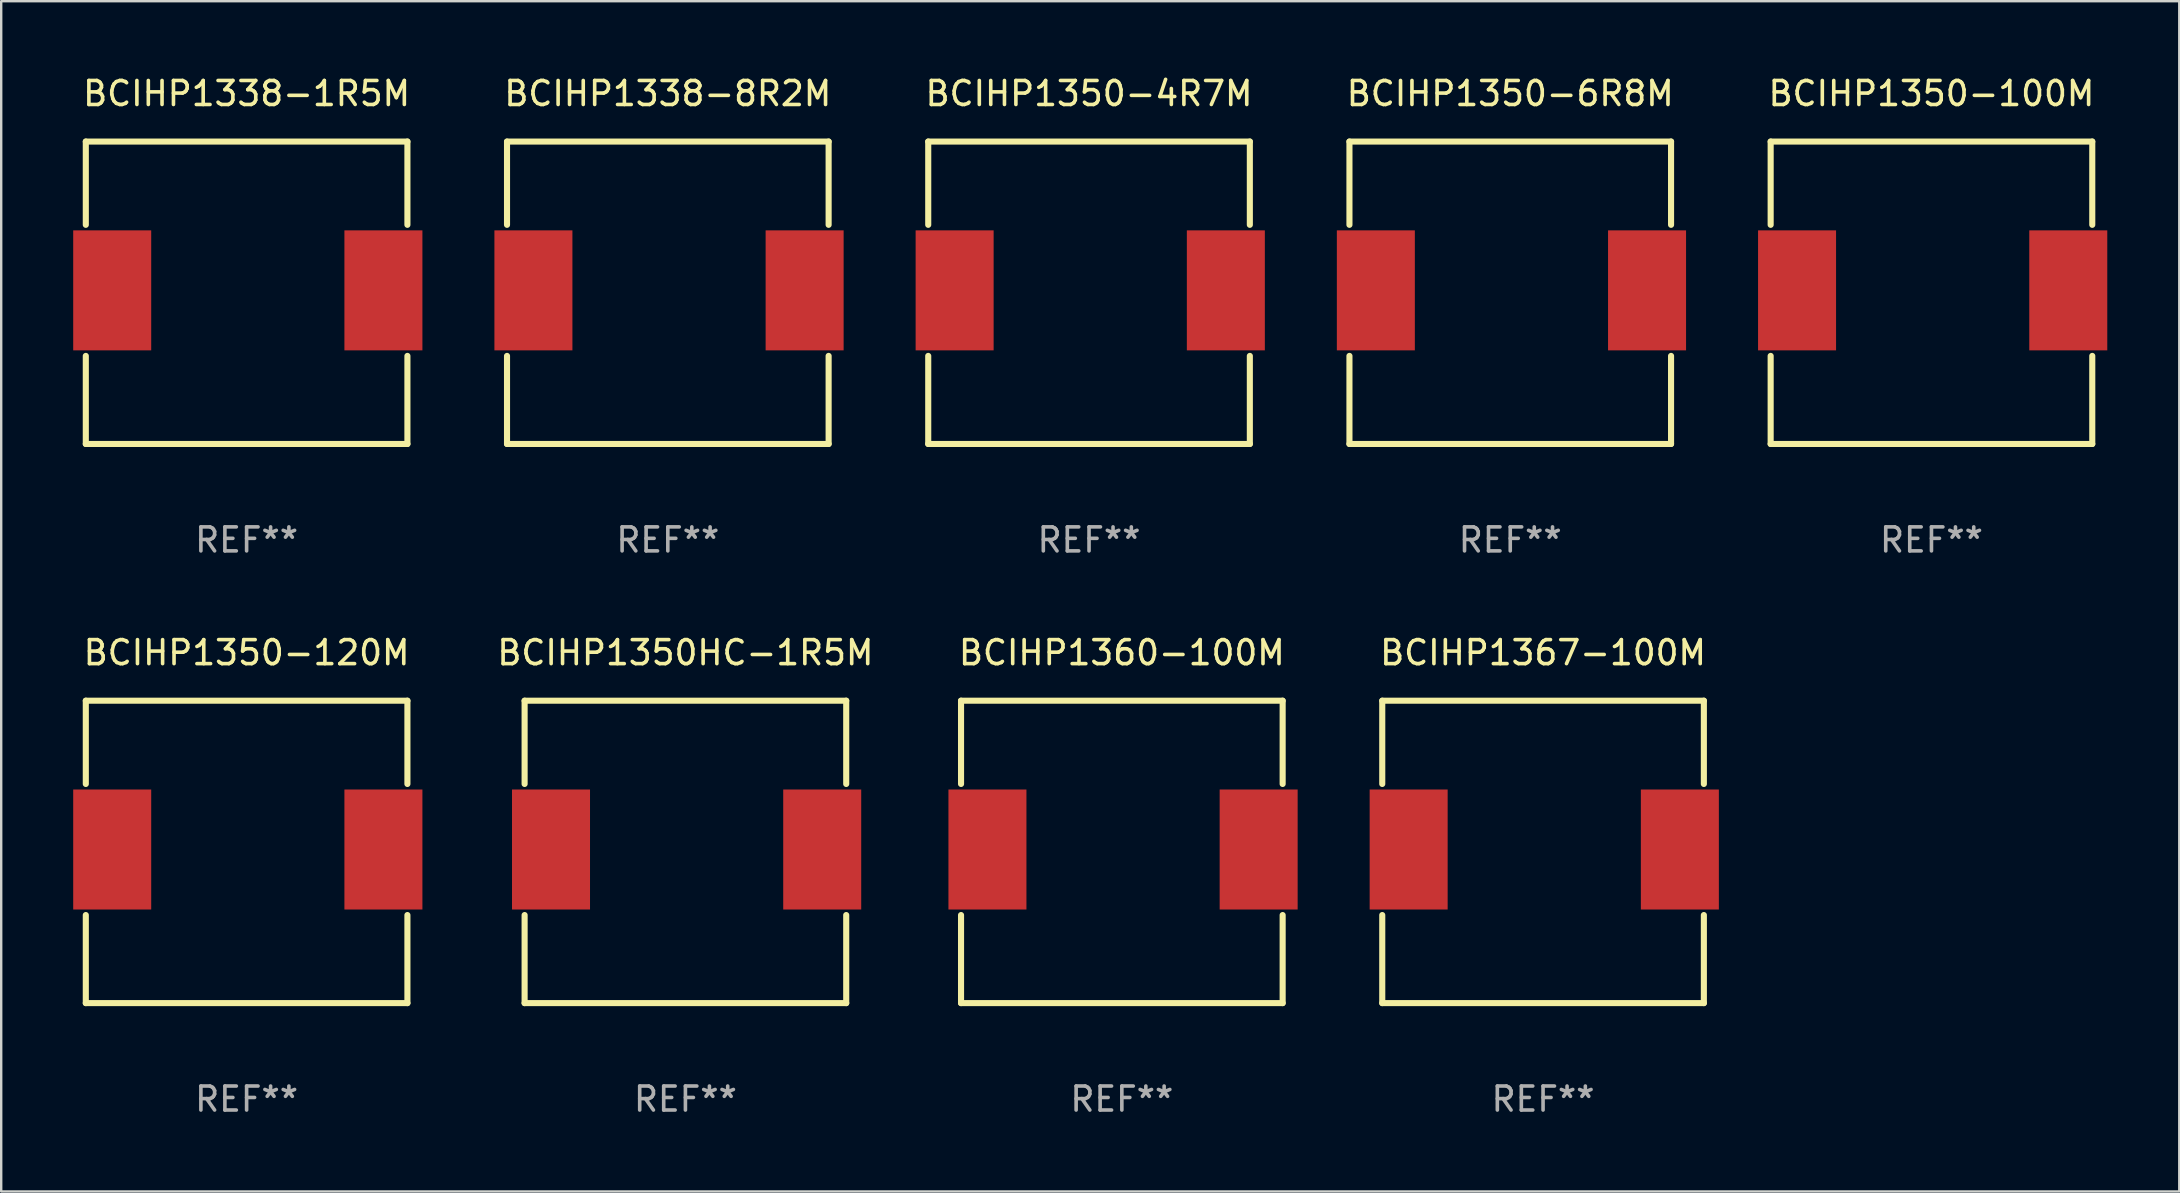
<source format=kicad_pcb>
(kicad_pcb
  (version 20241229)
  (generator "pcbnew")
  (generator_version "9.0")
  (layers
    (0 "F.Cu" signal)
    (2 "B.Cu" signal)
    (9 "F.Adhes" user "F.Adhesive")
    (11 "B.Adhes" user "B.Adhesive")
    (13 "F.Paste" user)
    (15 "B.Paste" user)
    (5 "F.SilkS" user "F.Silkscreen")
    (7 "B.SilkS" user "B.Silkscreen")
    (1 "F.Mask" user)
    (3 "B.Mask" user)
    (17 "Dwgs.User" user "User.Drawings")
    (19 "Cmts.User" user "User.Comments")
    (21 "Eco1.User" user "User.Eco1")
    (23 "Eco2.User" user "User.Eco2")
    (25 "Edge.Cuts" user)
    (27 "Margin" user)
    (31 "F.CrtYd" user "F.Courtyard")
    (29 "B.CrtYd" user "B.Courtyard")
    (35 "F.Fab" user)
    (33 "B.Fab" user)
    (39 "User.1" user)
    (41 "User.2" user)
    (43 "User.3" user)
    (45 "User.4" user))
  (footprint "BCIHP1350-6R8M"
    (layer "F.Cu")
    (at 59.875 9.148)
    (property "Reference" "BCIHP1350-6R8M" (at 0 -8.3 0) (layer "F.SilkS") (effects (font (size 1 1) (thickness 0.15))))
    (attr through_hole)
    (fp_line (start -6.7 -6.3) (end 6.7 -6.3) (stroke (width 0.254) (type solid)) (layer "F.SilkS"))
    (fp_line (start -6.7 -2.831) (end -6.7 -6.3) (stroke (width 0.254) (type solid)) (layer "F.SilkS"))
    (fp_line (start -6.7 6.3) (end -6.7 2.631) (stroke (width 0.254) (type solid)) (layer "F.SilkS"))
    (fp_line (start -6.7 6.3) (end 6.7 6.3) (stroke (width 0.254) (type solid)) (layer "F.SilkS"))
    (fp_line (start 6.7 -6.3) (end 6.7 -2.831) (stroke (width 0.254) (type solid)) (layer "F.SilkS"))
    (fp_line (start 6.7 2.631) (end 6.7 6.3) (stroke (width 0.254) (type solid)) (layer "F.SilkS"))
    (fp_circle (center -6.65 6.2) (end -6.62 6.2) (stroke (width 0.06) (type solid)) (fill no) (layer "F.SilkS"))
    (fp_text user "REF**" (at 0 10.3 0) (layer "F.Fab") (effects (font (size 1 1) (thickness 0.15))))
    (pad "1" smd rect (at -5.6 -0.1 90) (size 5 3.25) (layers "F.Cu" "F.Mask" "F.Paste"))
    (pad "2" smd rect (at 5.7 -0.1 90) (size 5 3.25) (layers "F.Cu" "F.Mask" "F.Paste")))
  (footprint "BCIHP1360-100M"
    (layer "F.Cu")
    (at 43.692 32.445)
    (property "Reference" "BCIHP1360-100M" (at 0 -8.3 0) (layer "F.SilkS") (effects (font (size 1 1) (thickness 0.15))))
    (attr through_hole)
    (fp_line (start -6.7 -6.3) (end 6.7 -6.3) (stroke (width 0.254) (type solid)) (layer "F.SilkS"))
    (fp_line (start -6.7 -2.831) (end -6.7 -6.3) (stroke (width 0.254) (type solid)) (layer "F.SilkS"))
    (fp_line (start -6.7 6.3) (end -6.7 2.631) (stroke (width 0.254) (type solid)) (layer "F.SilkS"))
    (fp_line (start -6.7 6.3) (end 6.7 6.3) (stroke (width 0.254) (type solid)) (layer "F.SilkS"))
    (fp_line (start 6.7 -6.3) (end 6.7 -2.831) (stroke (width 0.254) (type solid)) (layer "F.SilkS"))
    (fp_line (start 6.7 2.631) (end 6.7 6.3) (stroke (width 0.254) (type solid)) (layer "F.SilkS"))
    (fp_circle (center -6.65 6.2) (end -6.62 6.2) (stroke (width 0.06) (type solid)) (fill no) (layer "F.SilkS"))
    (fp_text user "REF**" (at 0 10.3 0) (layer "F.Fab") (effects (font (size 1 1) (thickness 0.15))))
    (pad "1" smd rect (at -5.6 -0.1 90) (size 5 3.25) (layers "F.Cu" "F.Mask" "F.Paste"))
    (pad "2" smd rect (at 5.7 -0.1 90) (size 5 3.25) (layers "F.Cu" "F.Mask" "F.Paste")))
  (footprint "BCIHP1350-4R7M"
    (layer "F.Cu")
    (at 42.325 9.148)
    (property "Reference" "BCIHP1350-4R7M" (at 0 -8.3 0) (layer "F.SilkS") (effects (font (size 1 1) (thickness 0.15))))
    (attr through_hole)
    (fp_line (start -6.7 -6.3) (end 6.7 -6.3) (stroke (width 0.254) (type solid)) (layer "F.SilkS"))
    (fp_line (start -6.7 -2.831) (end -6.7 -6.3) (stroke (width 0.254) (type solid)) (layer "F.SilkS"))
    (fp_line (start -6.7 6.3) (end -6.7 2.631) (stroke (width 0.254) (type solid)) (layer "F.SilkS"))
    (fp_line (start -6.7 6.3) (end 6.7 6.3) (stroke (width 0.254) (type solid)) (layer "F.SilkS"))
    (fp_line (start 6.7 -6.3) (end 6.7 -2.831) (stroke (width 0.254) (type solid)) (layer "F.SilkS"))
    (fp_line (start 6.7 2.631) (end 6.7 6.3) (stroke (width 0.254) (type solid)) (layer "F.SilkS"))
    (fp_circle (center -6.65 6.2) (end -6.62 6.2) (stroke (width 0.06) (type solid)) (fill no) (layer "F.SilkS"))
    (fp_text user "REF**" (at 0 10.3 0) (layer "F.Fab") (effects (font (size 1 1) (thickness 0.15))))
    (pad "1" smd rect (at -5.6 -0.1 90) (size 5 3.25) (layers "F.Cu" "F.Mask" "F.Paste"))
    (pad "2" smd rect (at 5.7 -0.1 90) (size 5 3.25) (layers "F.Cu" "F.Mask" "F.Paste")))
  (footprint "BCIHP1338-1R5M"
    (layer "F.Cu")
    (at 7.225 9.148)
    (property "Reference" "BCIHP1338-1R5M" (at 0 -8.3 0) (layer "F.SilkS") (effects (font (size 1 1) (thickness 0.15))))
    (attr through_hole)
    (fp_line (start -6.7 -6.3) (end 6.7 -6.3) (stroke (width 0.254) (type solid)) (layer "F.SilkS"))
    (fp_line (start -6.7 -2.831) (end -6.7 -6.3) (stroke (width 0.254) (type solid)) (layer "F.SilkS"))
    (fp_line (start -6.7 6.3) (end -6.7 2.631) (stroke (width 0.254) (type solid)) (layer "F.SilkS"))
    (fp_line (start -6.7 6.3) (end 6.7 6.3) (stroke (width 0.254) (type solid)) (layer "F.SilkS"))
    (fp_line (start 6.7 -6.3) (end 6.7 -2.831) (stroke (width 0.254) (type solid)) (layer "F.SilkS"))
    (fp_line (start 6.7 2.631) (end 6.7 6.3) (stroke (width 0.254) (type solid)) (layer "F.SilkS"))
    (fp_circle (center -6.65 6.2) (end -6.62 6.2) (stroke (width 0.06) (type solid)) (fill no) (layer "F.SilkS"))
    (fp_text user "REF**" (at 0 10.3 0) (layer "F.Fab") (effects (font (size 1 1) (thickness 0.15))))
    (pad "1" smd rect (at -5.6 -0.1 90) (size 5 3.25) (layers "F.Cu" "F.Mask" "F.Paste"))
    (pad "2" smd rect (at 5.7 -0.1 90) (size 5 3.25) (layers "F.Cu" "F.Mask" "F.Paste")))
  (footprint "BCIHP1350-100M"
    (layer "F.Cu")
    (at 77.425 9.148)
    (property "Reference" "BCIHP1350-100M" (at 0 -8.3 0) (layer "F.SilkS") (effects (font (size 1 1) (thickness 0.15))))
    (attr through_hole)
    (fp_line (start -6.7 -6.3) (end 6.7 -6.3) (stroke (width 0.254) (type solid)) (layer "F.SilkS"))
    (fp_line (start -6.7 -2.831) (end -6.7 -6.3) (stroke (width 0.254) (type solid)) (layer "F.SilkS"))
    (fp_line (start -6.7 6.3) (end -6.7 2.631) (stroke (width 0.254) (type solid)) (layer "F.SilkS"))
    (fp_line (start -6.7 6.3) (end 6.7 6.3) (stroke (width 0.254) (type solid)) (layer "F.SilkS"))
    (fp_line (start 6.7 -6.3) (end 6.7 -2.831) (stroke (width 0.254) (type solid)) (layer "F.SilkS"))
    (fp_line (start 6.7 2.631) (end 6.7 6.3) (stroke (width 0.254) (type solid)) (layer "F.SilkS"))
    (fp_circle (center -6.65 6.2) (end -6.62 6.2) (stroke (width 0.06) (type solid)) (fill no) (layer "F.SilkS"))
    (fp_text user "REF**" (at 0 10.3 0) (layer "F.Fab") (effects (font (size 1 1) (thickness 0.15))))
    (pad "1" smd rect (at -5.6 -0.1 90) (size 5 3.25) (layers "F.Cu" "F.Mask" "F.Paste"))
    (pad "2" smd rect (at 5.7 -0.1 90) (size 5 3.25) (layers "F.Cu" "F.Mask" "F.Paste")))
  (footprint "BCIHP1367-100M"
    (layer "F.Cu")
    (at 61.242 32.445)
    (property "Reference" "BCIHP1367-100M" (at 0 -8.3 0) (layer "F.SilkS") (effects (font (size 1 1) (thickness 0.15))))
    (attr through_hole)
    (fp_line (start -6.7 -6.3) (end 6.7 -6.3) (stroke (width 0.254) (type solid)) (layer "F.SilkS"))
    (fp_line (start -6.7 -2.831) (end -6.7 -6.3) (stroke (width 0.254) (type solid)) (layer "F.SilkS"))
    (fp_line (start -6.7 6.3) (end -6.7 2.631) (stroke (width 0.254) (type solid)) (layer "F.SilkS"))
    (fp_line (start -6.7 6.3) (end 6.7 6.3) (stroke (width 0.254) (type solid)) (layer "F.SilkS"))
    (fp_line (start 6.7 -6.3) (end 6.7 -2.831) (stroke (width 0.254) (type solid)) (layer "F.SilkS"))
    (fp_line (start 6.7 2.631) (end 6.7 6.3) (stroke (width 0.254) (type solid)) (layer "F.SilkS"))
    (fp_circle (center -6.65 6.2) (end -6.62 6.2) (stroke (width 0.06) (type solid)) (fill no) (layer "F.SilkS"))
    (fp_text user "REF**" (at 0 10.3 0) (layer "F.Fab") (effects (font (size 1 1) (thickness 0.15))))
    (pad "1" smd rect (at -5.6 -0.1 90) (size 5 3.25) (layers "F.Cu" "F.Mask" "F.Paste"))
    (pad "2" smd rect (at 5.7 -0.1 90) (size 5 3.25) (layers "F.Cu" "F.Mask" "F.Paste")))
  (footprint "BCIHP1338-8R2M"
    (layer "F.Cu")
    (at 24.775 9.148)
    (property "Reference" "BCIHP1338-8R2M" (at 0 -8.3 0) (layer "F.SilkS") (effects (font (size 1 1) (thickness 0.15))))
    (attr through_hole)
    (fp_line (start -6.7 -6.3) (end 6.7 -6.3) (stroke (width 0.254) (type solid)) (layer "F.SilkS"))
    (fp_line (start -6.7 -2.831) (end -6.7 -6.3) (stroke (width 0.254) (type solid)) (layer "F.SilkS"))
    (fp_line (start -6.7 6.3) (end -6.7 2.631) (stroke (width 0.254) (type solid)) (layer "F.SilkS"))
    (fp_line (start -6.7 6.3) (end 6.7 6.3) (stroke (width 0.254) (type solid)) (layer "F.SilkS"))
    (fp_line (start 6.7 -6.3) (end 6.7 -2.831) (stroke (width 0.254) (type solid)) (layer "F.SilkS"))
    (fp_line (start 6.7 2.631) (end 6.7 6.3) (stroke (width 0.254) (type solid)) (layer "F.SilkS"))
    (fp_circle (center -6.65 6.2) (end -6.62 6.2) (stroke (width 0.06) (type solid)) (fill no) (layer "F.SilkS"))
    (fp_text user "REF**" (at 0 10.3 0) (layer "F.Fab") (effects (font (size 1 1) (thickness 0.15))))
    (pad "1" smd rect (at -5.6 -0.1 90) (size 5 3.25) (layers "F.Cu" "F.Mask" "F.Paste"))
    (pad "2" smd rect (at 5.7 -0.1 90) (size 5 3.25) (layers "F.Cu" "F.Mask" "F.Paste")))
  (footprint "BCIHP1350-120M"
    (layer "F.Cu")
    (at 7.225 32.445)
    (property "Reference" "BCIHP1350-120M" (at 0 -8.3 0) (layer "F.SilkS") (effects (font (size 1 1) (thickness 0.15))))
    (attr through_hole)
    (fp_line (start -6.7 -6.3) (end 6.7 -6.3) (stroke (width 0.254) (type solid)) (layer "F.SilkS"))
    (fp_line (start -6.7 -2.831) (end -6.7 -6.3) (stroke (width 0.254) (type solid)) (layer "F.SilkS"))
    (fp_line (start -6.7 6.3) (end -6.7 2.631) (stroke (width 0.254) (type solid)) (layer "F.SilkS"))
    (fp_line (start -6.7 6.3) (end 6.7 6.3) (stroke (width 0.254) (type solid)) (layer "F.SilkS"))
    (fp_line (start 6.7 -6.3) (end 6.7 -2.831) (stroke (width 0.254) (type solid)) (layer "F.SilkS"))
    (fp_line (start 6.7 2.631) (end 6.7 6.3) (stroke (width 0.254) (type solid)) (layer "F.SilkS"))
    (fp_circle (center -6.65 6.2) (end -6.62 6.2) (stroke (width 0.06) (type solid)) (fill no) (layer "F.SilkS"))
    (fp_text user "REF**" (at 0 10.3 0) (layer "F.Fab") (effects (font (size 1 1) (thickness 0.15))))
    (pad "1" smd rect (at -5.6 -0.1 90) (size 5 3.25) (layers "F.Cu" "F.Mask" "F.Paste"))
    (pad "2" smd rect (at 5.7 -0.1 90) (size 5 3.25) (layers "F.Cu" "F.Mask" "F.Paste")))
  (footprint "BCIHP1350HC-1R5M"
    (layer "F.Cu")
    (at 25.508 32.445)
    (property "Reference" "BCIHP1350HC-1R5M" (at 0 -8.3 0) (layer "F.SilkS") (effects (font (size 1 1) (thickness 0.15))))
    (attr through_hole)
    (fp_line (start -6.7 -6.3) (end 6.7 -6.3) (stroke (width 0.254) (type solid)) (layer "F.SilkS"))
    (fp_line (start -6.7 -2.831) (end -6.7 -6.3) (stroke (width 0.254) (type solid)) (layer "F.SilkS"))
    (fp_line (start -6.7 6.3) (end -6.7 2.631) (stroke (width 0.254) (type solid)) (layer "F.SilkS"))
    (fp_line (start -6.7 6.3) (end 6.7 6.3) (stroke (width 0.254) (type solid)) (layer "F.SilkS"))
    (fp_line (start 6.7 -6.3) (end 6.7 -2.831) (stroke (width 0.254) (type solid)) (layer "F.SilkS"))
    (fp_line (start 6.7 2.631) (end 6.7 6.3) (stroke (width 0.254) (type solid)) (layer "F.SilkS"))
    (fp_circle (center -6.65 6.2) (end -6.62 6.2) (stroke (width 0.06) (type solid)) (fill no) (layer "F.SilkS"))
    (fp_text user "REF**" (at 0 10.3 0) (layer "F.Fab") (effects (font (size 1 1) (thickness 0.15))))
    (pad "1" smd rect (at -5.6 -0.1 90) (size 5 3.25) (layers "F.Cu" "F.Mask" "F.Paste"))
    (pad "2" smd rect (at 5.7 -0.1 90) (size 5 3.25) (layers "F.Cu" "F.Mask" "F.Paste")))
  (gr_rect
    (start -3 -3)
    (end 87.75 46.593)
    (stroke (width 0.1) (type default))
    (fill no)
    (layer "Edge.Cuts")))
</source>
